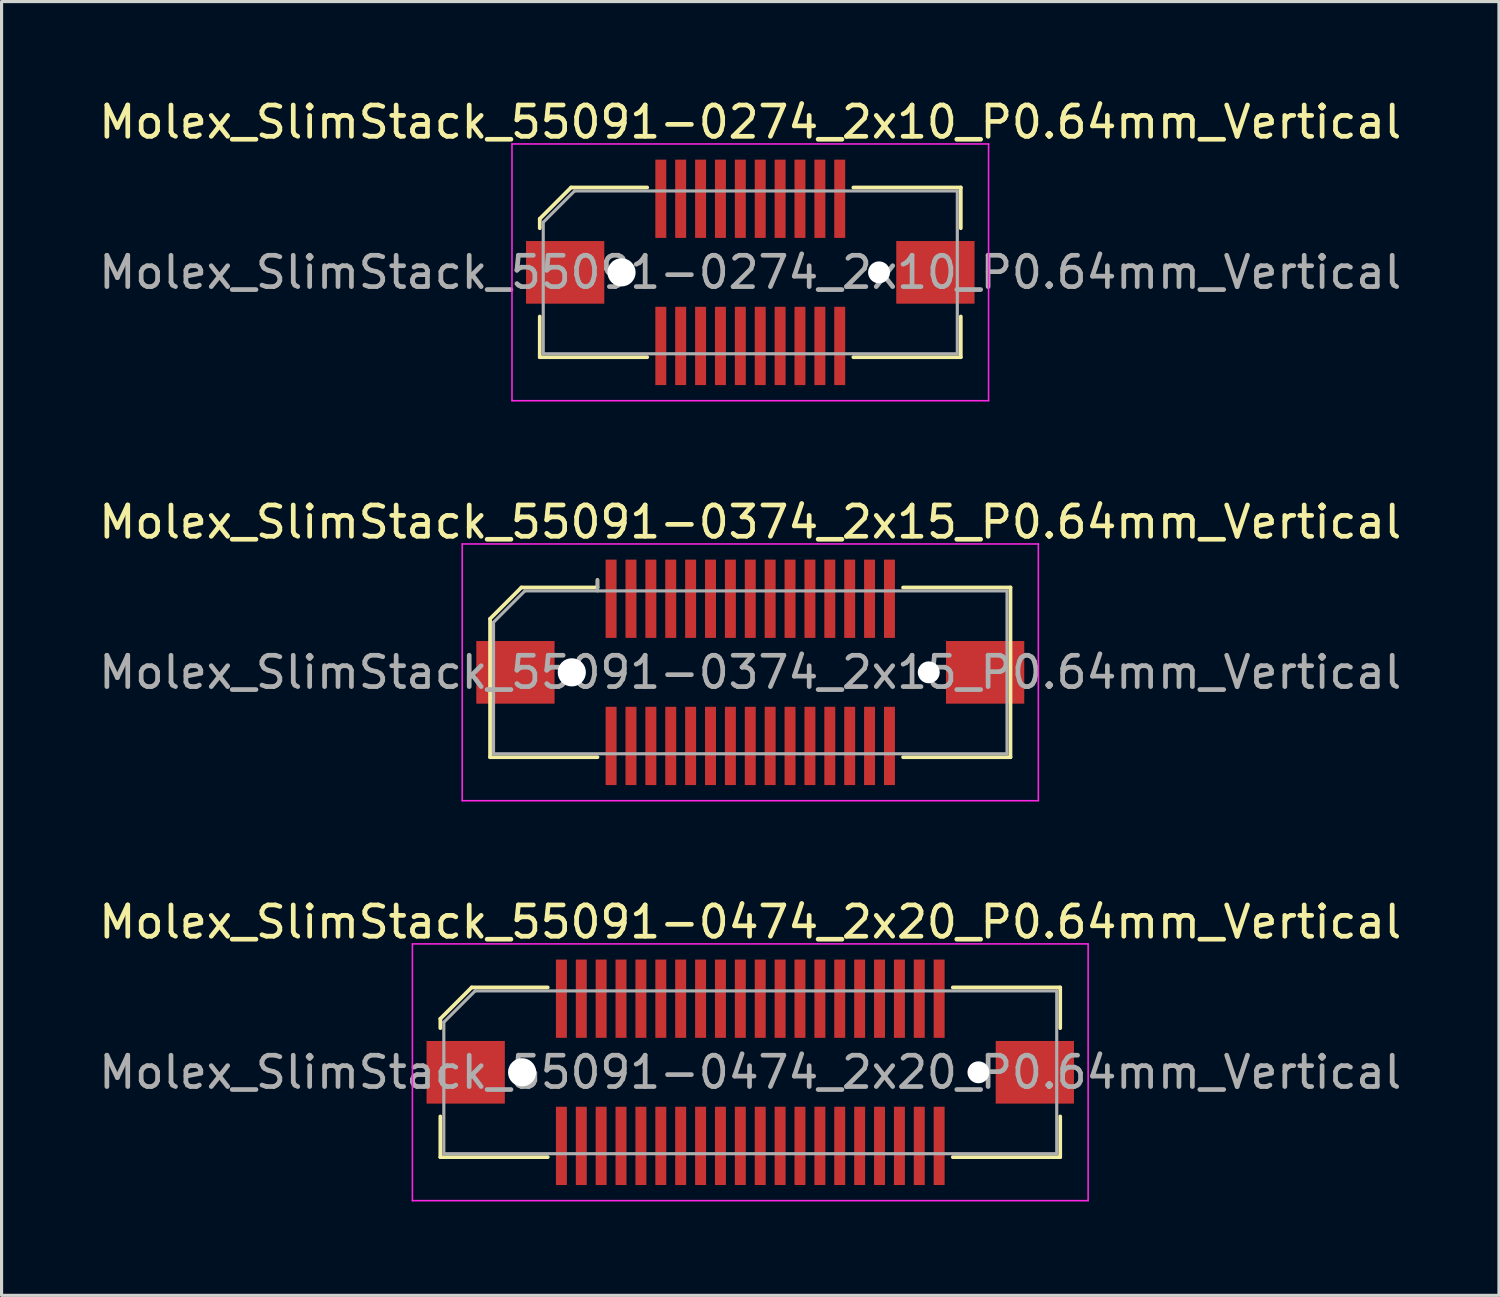
<source format=kicad_pcb>
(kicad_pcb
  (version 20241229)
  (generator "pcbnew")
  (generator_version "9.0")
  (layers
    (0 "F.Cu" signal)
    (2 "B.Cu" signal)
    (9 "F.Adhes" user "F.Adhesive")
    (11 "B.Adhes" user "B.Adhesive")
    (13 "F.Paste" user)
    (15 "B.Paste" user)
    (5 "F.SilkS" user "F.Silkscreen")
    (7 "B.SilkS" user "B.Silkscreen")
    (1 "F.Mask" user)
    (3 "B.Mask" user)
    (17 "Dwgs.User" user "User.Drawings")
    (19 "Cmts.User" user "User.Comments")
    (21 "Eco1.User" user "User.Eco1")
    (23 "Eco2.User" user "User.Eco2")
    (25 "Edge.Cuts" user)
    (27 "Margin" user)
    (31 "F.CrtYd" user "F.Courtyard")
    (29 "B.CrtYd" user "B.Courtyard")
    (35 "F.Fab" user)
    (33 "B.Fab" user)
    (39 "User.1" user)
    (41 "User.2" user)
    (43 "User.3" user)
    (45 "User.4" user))
  (footprint "Molex_SlimStack_55091-0474_2x20_P0.64mm_Vertical"
    (layer "F.Cu")
    (at 20.911 31.195)
    (property "Reference" "Molex_SlimStack_55091-0474_2x20_P0.64mm_Vertical" (at 0 -4.8 0) (layer "F.SilkS") (effects (font (size 1 1) (thickness 0.15))))
    (attr smd)
    (fp_line (start -9.898 -1.71) (end -8.898 -2.71) (stroke (width 0.12) (type solid)) (layer "F.SilkS"))
    (fp_line (start -9.898 -1.41) (end -9.898 -1.71) (stroke (width 0.12) (type solid)) (layer "F.SilkS"))
    (fp_line (start -9.898 2.71) (end -9.898 1.41) (stroke (width 0.12) (type solid)) (layer "F.SilkS"))
    (fp_line (start -8.898 -2.71) (end -6.468 -2.71) (stroke (width 0.12) (type solid)) (layer "F.SilkS"))
    (fp_line (start -6.468 2.71) (end -9.898 2.71) (stroke (width 0.12) (type solid)) (layer "F.SilkS"))
    (fp_line (start 6.468 2.71) (end 9.898 2.71) (stroke (width 0.12) (type solid)) (layer "F.SilkS"))
    (fp_line (start 9.898 -2.71) (end 6.468 -2.71) (stroke (width 0.12) (type solid)) (layer "F.SilkS"))
    (fp_line (start 9.898 -1.41) (end 9.898 -2.71) (stroke (width 0.12) (type solid)) (layer "F.SilkS"))
    (fp_line (start 9.898 2.71) (end 9.898 1.41) (stroke (width 0.12) (type solid)) (layer "F.SilkS"))
    (fp_line (start -10.79 -4.1) (end -10.79 4.1) (stroke (width 0.05) (type solid)) (layer "F.CrtYd"))
    (fp_line (start -10.79 4.1) (end 10.79 4.1) (stroke (width 0.05) (type solid)) (layer "F.CrtYd"))
    (fp_line (start 10.79 -4.1) (end -10.79 -4.1) (stroke (width 0.05) (type solid)) (layer "F.CrtYd"))
    (fp_line (start 10.79 4.1) (end 10.79 -4.1) (stroke (width 0.05) (type solid)) (layer "F.CrtYd"))
    (fp_line (start -9.787 -1.6) (end -8.787 -2.6) (stroke (width 0.1) (type solid)) (layer "F.Fab"))
    (fp_line (start -9.787 2.6) (end -9.787 -1.6) (stroke (width 0.1) (type solid)) (layer "F.Fab"))
    (fp_line (start -8.787 -2.6) (end 9.787 -2.6) (stroke (width 0.1) (type solid)) (layer "F.Fab"))
    (fp_line (start 9.787 -2.6) (end 9.787 2.6) (stroke (width 0.1) (type solid)) (layer "F.Fab"))
    (fp_line (start 9.787 2.6) (end -9.787 2.6) (stroke (width 0.1) (type solid)) (layer "F.Fab"))
    (fp_text user "${REFERENCE}" (at 0 0 0) (layer "F.Fab") (effects (font (size 1 1) (thickness 0.15))))
    (pad "" np_thru_hole circle (at -7.287 0) (size 0.9 0.9) (drill 0.9) (layers "*.Cu" "*.Mask"))
    (pad "" np_thru_hole circle (at 7.287 0) (size 0.7 0.7) (drill 0.7) (layers "*.Cu" "*.Mask"))
    (pad "1" smd rect (at -6.032 -2.35) (size 0.35 2.5) (layers "F.Cu" "F.Mask" "F.Paste"))
    (pad "2" smd rect (at -6.032 2.35) (size 0.35 2.5) (layers "F.Cu" "F.Mask" "F.Paste"))
    (pad "3" smd rect (at -5.397 -2.35) (size 0.35 2.5) (layers "F.Cu" "F.Mask" "F.Paste"))
    (pad "4" smd rect (at -5.397 2.35) (size 0.35 2.5) (layers "F.Cu" "F.Mask" "F.Paste"))
    (pad "5" smd rect (at -4.763 -2.35) (size 0.35 2.5) (layers "F.Cu" "F.Mask" "F.Paste"))
    (pad "6" smd rect (at -4.763 2.35) (size 0.35 2.5) (layers "F.Cu" "F.Mask" "F.Paste"))
    (pad "7" smd rect (at -4.128 -2.35) (size 0.35 2.5) (layers "F.Cu" "F.Mask" "F.Paste"))
    (pad "8" smd rect (at -4.128 2.35) (size 0.35 2.5) (layers "F.Cu" "F.Mask" "F.Paste"))
    (pad "9" smd rect (at -3.493 -2.35) (size 0.35 2.5) (layers "F.Cu" "F.Mask" "F.Paste"))
    (pad "10" smd rect (at -3.493 2.35) (size 0.35 2.5) (layers "F.Cu" "F.Mask" "F.Paste"))
    (pad "11" smd rect (at -2.857 -2.35) (size 0.35 2.5) (layers "F.Cu" "F.Mask" "F.Paste"))
    (pad "12" smd rect (at -2.857 2.35) (size 0.35 2.5) (layers "F.Cu" "F.Mask" "F.Paste"))
    (pad "13" smd rect (at -2.223 -2.35) (size 0.35 2.5) (layers "F.Cu" "F.Mask" "F.Paste"))
    (pad "14" smd rect (at -2.223 2.35) (size 0.35 2.5) (layers "F.Cu" "F.Mask" "F.Paste"))
    (pad "15" smd rect (at -1.587 -2.35) (size 0.35 2.5) (layers "F.Cu" "F.Mask" "F.Paste"))
    (pad "16" smd rect (at -1.587 2.35) (size 0.35 2.5) (layers "F.Cu" "F.Mask" "F.Paste"))
    (pad "17" smd rect (at -0.953 -2.35) (size 0.35 2.5) (layers "F.Cu" "F.Mask" "F.Paste"))
    (pad "18" smd rect (at -0.953 2.35) (size 0.35 2.5) (layers "F.Cu" "F.Mask" "F.Paste"))
    (pad "19" smd rect (at -0.318 -2.35) (size 0.35 2.5) (layers "F.Cu" "F.Mask" "F.Paste"))
    (pad "20" smd rect (at -0.318 2.35) (size 0.35 2.5) (layers "F.Cu" "F.Mask" "F.Paste"))
    (pad "21" smd rect (at 0.318 -2.35) (size 0.35 2.5) (layers "F.Cu" "F.Mask" "F.Paste"))
    (pad "22" smd rect (at 0.318 2.35) (size 0.35 2.5) (layers "F.Cu" "F.Mask" "F.Paste"))
    (pad "23" smd rect (at 0.953 -2.35) (size 0.35 2.5) (layers "F.Cu" "F.Mask" "F.Paste"))
    (pad "24" smd rect (at 0.953 2.35) (size 0.35 2.5) (layers "F.Cu" "F.Mask" "F.Paste"))
    (pad "25" smd rect (at 1.587 -2.35) (size 0.35 2.5) (layers "F.Cu" "F.Mask" "F.Paste"))
    (pad "26" smd rect (at 1.587 2.35) (size 0.35 2.5) (layers "F.Cu" "F.Mask" "F.Paste"))
    (pad "27" smd rect (at 2.223 -2.35) (size 0.35 2.5) (layers "F.Cu" "F.Mask" "F.Paste"))
    (pad "28" smd rect (at 2.223 2.35) (size 0.35 2.5) (layers "F.Cu" "F.Mask" "F.Paste"))
    (pad "29" smd rect (at 2.857 -2.35) (size 0.35 2.5) (layers "F.Cu" "F.Mask" "F.Paste"))
    (pad "30" smd rect (at 2.857 2.35) (size 0.35 2.5) (layers "F.Cu" "F.Mask" "F.Paste"))
    (pad "31" smd rect (at 3.493 -2.35) (size 0.35 2.5) (layers "F.Cu" "F.Mask" "F.Paste"))
    (pad "32" smd rect (at 3.493 2.35) (size 0.35 2.5) (layers "F.Cu" "F.Mask" "F.Paste"))
    (pad "33" smd rect (at 4.128 -2.35) (size 0.35 2.5) (layers "F.Cu" "F.Mask" "F.Paste"))
    (pad "34" smd rect (at 4.128 2.35) (size 0.35 2.5) (layers "F.Cu" "F.Mask" "F.Paste"))
    (pad "35" smd rect (at 4.763 -2.35) (size 0.35 2.5) (layers "F.Cu" "F.Mask" "F.Paste"))
    (pad "36" smd rect (at 4.763 2.35) (size 0.35 2.5) (layers "F.Cu" "F.Mask" "F.Paste"))
    (pad "37" smd rect (at 5.397 -2.35) (size 0.35 2.5) (layers "F.Cu" "F.Mask" "F.Paste"))
    (pad "38" smd rect (at 5.397 2.35) (size 0.35 2.5) (layers "F.Cu" "F.Mask" "F.Paste"))
    (pad "39" smd rect (at 6.032 -2.35) (size 0.35 2.5) (layers "F.Cu" "F.Mask" "F.Paste"))
    (pad "40" smd rect (at 6.032 2.35) (size 0.35 2.5) (layers "F.Cu" "F.Mask" "F.Paste"))
    (pad "MP" smd rect (at -9.088 0) (size 2.5 2) (layers "F.Cu" "F.Mask" "F.Paste"))
    (pad "MP" smd rect (at 9.088 0) (size 2.5 2) (layers "F.Cu" "F.Mask" "F.Paste")))
  (footprint "Molex_SlimStack_55091-0374_2x15_P0.64mm_Vertical"
    (layer "F.Cu")
    (at 20.911 18.422)
    (property "Reference" "Molex_SlimStack_55091-0374_2x15_P0.64mm_Vertical" (at 0 -4.8 0) (layer "F.SilkS") (effects (font (size 1 1) (thickness 0.15))))
    (attr smd)
    (fp_line (start -8.31 -1.71) (end -7.31 -2.71) (stroke (width 0.12) (type solid)) (layer "F.SilkS"))
    (fp_line (start -8.31 2.71) (end -8.31 -1.71) (stroke (width 0.12) (type solid)) (layer "F.SilkS"))
    (fp_line (start -7.31 -2.71) (end -4.88 -2.71) (stroke (width 0.12) (type solid)) (layer "F.SilkS"))
    (fp_line (start -4.88 -2.71) (end -4.88 -2.95) (stroke (width 0.12) (type solid)) (layer "F.SilkS"))
    (fp_line (start -4.88 2.71) (end -8.31 2.71) (stroke (width 0.12) (type solid)) (layer "F.SilkS"))
    (fp_line (start 4.88 2.71) (end 8.31 2.71) (stroke (width 0.12) (type solid)) (layer "F.SilkS"))
    (fp_line (start 8.31 -2.71) (end 4.88 -2.71) (stroke (width 0.12) (type solid)) (layer "F.SilkS"))
    (fp_line (start 8.31 2.71) (end 8.31 -2.71) (stroke (width 0.12) (type solid)) (layer "F.SilkS"))
    (fp_line (start -9.2 -4.1) (end -9.2 4.1) (stroke (width 0.05) (type solid)) (layer "F.CrtYd"))
    (fp_line (start -9.2 4.1) (end 9.2 4.1) (stroke (width 0.05) (type solid)) (layer "F.CrtYd"))
    (fp_line (start 9.2 -4.1) (end -9.2 -4.1) (stroke (width 0.05) (type solid)) (layer "F.CrtYd"))
    (fp_line (start 9.2 4.1) (end 9.2 -4.1) (stroke (width 0.05) (type solid)) (layer "F.CrtYd"))
    (fp_line (start -8.2 -1.6) (end -7.2 -2.6) (stroke (width 0.1) (type solid)) (layer "F.Fab"))
    (fp_line (start -8.2 2.6) (end -8.2 -1.6) (stroke (width 0.1) (type solid)) (layer "F.Fab"))
    (fp_line (start -7.2 -2.6) (end 8.2 -2.6) (stroke (width 0.1) (type solid)) (layer "F.Fab"))
    (fp_line (start -4.88 -2.6) (end -4.88 -2.95) (stroke (width 0.1) (type solid)) (layer "F.Fab"))
    (fp_line (start 8.2 -2.6) (end 8.2 2.6) (stroke (width 0.1) (type solid)) (layer "F.Fab"))
    (fp_line (start 8.2 2.6) (end -8.2 2.6) (stroke (width 0.1) (type solid)) (layer "F.Fab"))
    (fp_text user "${REFERENCE}" (at 0 0 0) (layer "F.Fab") (effects (font (size 1 1) (thickness 0.15))))
    (pad "" smd rect (at -7.5 0) (size 2.5 2) (layers "F.Cu" "F.Mask" "F.Paste"))
    (pad "" np_thru_hole circle (at -5.7 0) (size 0.9 0.9) (drill 0.9) (layers "*.Cu" "*.Mask"))
    (pad "" np_thru_hole circle (at 5.7 0) (size 0.7 0.7) (drill 0.7) (layers "*.Cu" "*.Mask"))
    (pad "" smd rect (at 7.5 0) (size 2.5 2) (layers "F.Cu" "F.Mask" "F.Paste"))
    (pad "1" smd rect (at -4.445 -2.35) (size 0.35 2.5) (layers "F.Cu" "F.Mask" "F.Paste"))
    (pad "2" smd rect (at -4.445 2.35) (size 0.35 2.5) (layers "F.Cu" "F.Mask" "F.Paste"))
    (pad "3" smd rect (at -3.81 -2.35) (size 0.35 2.5) (layers "F.Cu" "F.Mask" "F.Paste"))
    (pad "4" smd rect (at -3.81 2.35) (size 0.35 2.5) (layers "F.Cu" "F.Mask" "F.Paste"))
    (pad "5" smd rect (at -3.175 -2.35) (size 0.35 2.5) (layers "F.Cu" "F.Mask" "F.Paste"))
    (pad "6" smd rect (at -3.175 2.35) (size 0.35 2.5) (layers "F.Cu" "F.Mask" "F.Paste"))
    (pad "7" smd rect (at -2.54 -2.35) (size 0.35 2.5) (layers "F.Cu" "F.Mask" "F.Paste"))
    (pad "8" smd rect (at -2.54 2.35) (size 0.35 2.5) (layers "F.Cu" "F.Mask" "F.Paste"))
    (pad "9" smd rect (at -1.905 -2.35) (size 0.35 2.5) (layers "F.Cu" "F.Mask" "F.Paste"))
    (pad "10" smd rect (at -1.905 2.35) (size 0.35 2.5) (layers "F.Cu" "F.Mask" "F.Paste"))
    (pad "11" smd rect (at -1.27 -2.35) (size 0.35 2.5) (layers "F.Cu" "F.Mask" "F.Paste"))
    (pad "12" smd rect (at -1.27 2.35) (size 0.35 2.5) (layers "F.Cu" "F.Mask" "F.Paste"))
    (pad "13" smd rect (at -0.635 -2.35) (size 0.35 2.5) (layers "F.Cu" "F.Mask" "F.Paste"))
    (pad "14" smd rect (at -0.635 2.35) (size 0.35 2.5) (layers "F.Cu" "F.Mask" "F.Paste"))
    (pad "15" smd rect (at 0 -2.35) (size 0.35 2.5) (layers "F.Cu" "F.Mask" "F.Paste"))
    (pad "16" smd rect (at 0 2.35) (size 0.35 2.5) (layers "F.Cu" "F.Mask" "F.Paste"))
    (pad "17" smd rect (at 0.635 -2.35) (size 0.35 2.5) (layers "F.Cu" "F.Mask" "F.Paste"))
    (pad "18" smd rect (at 0.635 2.35) (size 0.35 2.5) (layers "F.Cu" "F.Mask" "F.Paste"))
    (pad "19" smd rect (at 1.27 -2.35) (size 0.35 2.5) (layers "F.Cu" "F.Mask" "F.Paste"))
    (pad "20" smd rect (at 1.27 2.35) (size 0.35 2.5) (layers "F.Cu" "F.Mask" "F.Paste"))
    (pad "21" smd rect (at 1.905 -2.35) (size 0.35 2.5) (layers "F.Cu" "F.Mask" "F.Paste"))
    (pad "22" smd rect (at 1.905 2.35) (size 0.35 2.5) (layers "F.Cu" "F.Mask" "F.Paste"))
    (pad "23" smd rect (at 2.54 -2.35) (size 0.35 2.5) (layers "F.Cu" "F.Mask" "F.Paste"))
    (pad "24" smd rect (at 2.54 2.35) (size 0.35 2.5) (layers "F.Cu" "F.Mask" "F.Paste"))
    (pad "25" smd rect (at 3.175 -2.35) (size 0.35 2.5) (layers "F.Cu" "F.Mask" "F.Paste"))
    (pad "26" smd rect (at 3.175 2.35) (size 0.35 2.5) (layers "F.Cu" "F.Mask" "F.Paste"))
    (pad "27" smd rect (at 3.81 -2.35) (size 0.35 2.5) (layers "F.Cu" "F.Mask" "F.Paste"))
    (pad "28" smd rect (at 3.81 2.35) (size 0.35 2.5) (layers "F.Cu" "F.Mask" "F.Paste"))
    (pad "29" smd rect (at 4.445 -2.35) (size 0.35 2.5) (layers "F.Cu" "F.Mask" "F.Paste"))
    (pad "30" smd rect (at 4.445 2.35) (size 0.35 2.5) (layers "F.Cu" "F.Mask" "F.Paste")))
  (footprint "Molex_SlimStack_55091-0274_2x10_P0.64mm_Vertical"
    (layer "F.Cu")
    (at 20.911 5.648)
    (property "Reference" "Molex_SlimStack_55091-0274_2x10_P0.64mm_Vertical" (at 0 -4.8 0) (layer "F.SilkS") (effects (font (size 1 1) (thickness 0.15))))
    (attr smd)
    (fp_line (start -6.723 -1.71) (end -5.723 -2.71) (stroke (width 0.12) (type solid)) (layer "F.SilkS"))
    (fp_line (start -6.723 -1.41) (end -6.723 -1.71) (stroke (width 0.12) (type solid)) (layer "F.SilkS"))
    (fp_line (start -6.723 2.71) (end -6.723 1.41) (stroke (width 0.12) (type solid)) (layer "F.SilkS"))
    (fp_line (start -5.723 -2.71) (end -3.292 -2.71) (stroke (width 0.12) (type solid)) (layer "F.SilkS"))
    (fp_line (start -3.292 2.71) (end -6.723 2.71) (stroke (width 0.12) (type solid)) (layer "F.SilkS"))
    (fp_line (start 3.292 2.71) (end 6.723 2.71) (stroke (width 0.12) (type solid)) (layer "F.SilkS"))
    (fp_line (start 6.723 -2.71) (end 3.292 -2.71) (stroke (width 0.12) (type solid)) (layer "F.SilkS"))
    (fp_line (start 6.723 -1.41) (end 6.723 -2.71) (stroke (width 0.12) (type solid)) (layer "F.SilkS"))
    (fp_line (start 6.723 2.71) (end 6.723 1.41) (stroke (width 0.12) (type solid)) (layer "F.SilkS"))
    (fp_line (start -7.61 -4.1) (end -7.61 4.1) (stroke (width 0.05) (type solid)) (layer "F.CrtYd"))
    (fp_line (start -7.61 4.1) (end 7.61 4.1) (stroke (width 0.05) (type solid)) (layer "F.CrtYd"))
    (fp_line (start 7.61 -4.1) (end -7.61 -4.1) (stroke (width 0.05) (type solid)) (layer "F.CrtYd"))
    (fp_line (start 7.61 4.1) (end 7.61 -4.1) (stroke (width 0.05) (type solid)) (layer "F.CrtYd"))
    (fp_line (start -6.612 -1.6) (end -5.612 -2.6) (stroke (width 0.1) (type solid)) (layer "F.Fab"))
    (fp_line (start -6.612 2.6) (end -6.612 -1.6) (stroke (width 0.1) (type solid)) (layer "F.Fab"))
    (fp_line (start -5.612 -2.6) (end 6.612 -2.6) (stroke (width 0.1) (type solid)) (layer "F.Fab"))
    (fp_line (start 6.612 -2.6) (end 6.612 2.6) (stroke (width 0.1) (type solid)) (layer "F.Fab"))
    (fp_line (start 6.612 2.6) (end -6.612 2.6) (stroke (width 0.1) (type solid)) (layer "F.Fab"))
    (fp_text user "${REFERENCE}" (at 0 0 0) (layer "F.Fab") (effects (font (size 1 1) (thickness 0.15))))
    (pad "" np_thru_hole circle (at -4.112 0) (size 0.9 0.9) (drill 0.9) (layers "*.Cu" "*.Mask"))
    (pad "" np_thru_hole circle (at 4.112 0) (size 0.7 0.7) (drill 0.7) (layers "*.Cu" "*.Mask"))
    (pad "1" smd rect (at -2.857 -2.35) (size 0.35 2.5) (layers "F.Cu" "F.Mask" "F.Paste"))
    (pad "2" smd rect (at -2.857 2.35) (size 0.35 2.5) (layers "F.Cu" "F.Mask" "F.Paste"))
    (pad "3" smd rect (at -2.223 -2.35) (size 0.35 2.5) (layers "F.Cu" "F.Mask" "F.Paste"))
    (pad "4" smd rect (at -2.223 2.35) (size 0.35 2.5) (layers "F.Cu" "F.Mask" "F.Paste"))
    (pad "5" smd rect (at -1.587 -2.35) (size 0.35 2.5) (layers "F.Cu" "F.Mask" "F.Paste"))
    (pad "6" smd rect (at -1.587 2.35) (size 0.35 2.5) (layers "F.Cu" "F.Mask" "F.Paste"))
    (pad "7" smd rect (at -0.953 -2.35) (size 0.35 2.5) (layers "F.Cu" "F.Mask" "F.Paste"))
    (pad "8" smd rect (at -0.953 2.35) (size 0.35 2.5) (layers "F.Cu" "F.Mask" "F.Paste"))
    (pad "9" smd rect (at -0.318 -2.35) (size 0.35 2.5) (layers "F.Cu" "F.Mask" "F.Paste"))
    (pad "10" smd rect (at -0.318 2.35) (size 0.35 2.5) (layers "F.Cu" "F.Mask" "F.Paste"))
    (pad "11" smd rect (at 0.318 -2.35) (size 0.35 2.5) (layers "F.Cu" "F.Mask" "F.Paste"))
    (pad "12" smd rect (at 0.318 2.35) (size 0.35 2.5) (layers "F.Cu" "F.Mask" "F.Paste"))
    (pad "13" smd rect (at 0.953 -2.35) (size 0.35 2.5) (layers "F.Cu" "F.Mask" "F.Paste"))
    (pad "14" smd rect (at 0.953 2.35) (size 0.35 2.5) (layers "F.Cu" "F.Mask" "F.Paste"))
    (pad "15" smd rect (at 1.587 -2.35) (size 0.35 2.5) (layers "F.Cu" "F.Mask" "F.Paste"))
    (pad "16" smd rect (at 1.587 2.35) (size 0.35 2.5) (layers "F.Cu" "F.Mask" "F.Paste"))
    (pad "17" smd rect (at 2.223 -2.35) (size 0.35 2.5) (layers "F.Cu" "F.Mask" "F.Paste"))
    (pad "18" smd rect (at 2.223 2.35) (size 0.35 2.5) (layers "F.Cu" "F.Mask" "F.Paste"))
    (pad "19" smd rect (at 2.857 -2.35) (size 0.35 2.5) (layers "F.Cu" "F.Mask" "F.Paste"))
    (pad "20" smd rect (at 2.857 2.35) (size 0.35 2.5) (layers "F.Cu" "F.Mask" "F.Paste"))
    (pad "MP" smd rect (at -5.912 0) (size 2.5 2) (layers "F.Cu" "F.Mask" "F.Paste"))
    (pad "MP" smd rect (at 5.912 0) (size 2.5 2) (layers "F.Cu" "F.Mask" "F.Paste")))
  (gr_rect
    (start -3 -3)
    (end 44.821 38.32)
    (stroke (width 0.1) (type default))
    (fill no)
    (layer "Edge.Cuts")))
</source>
